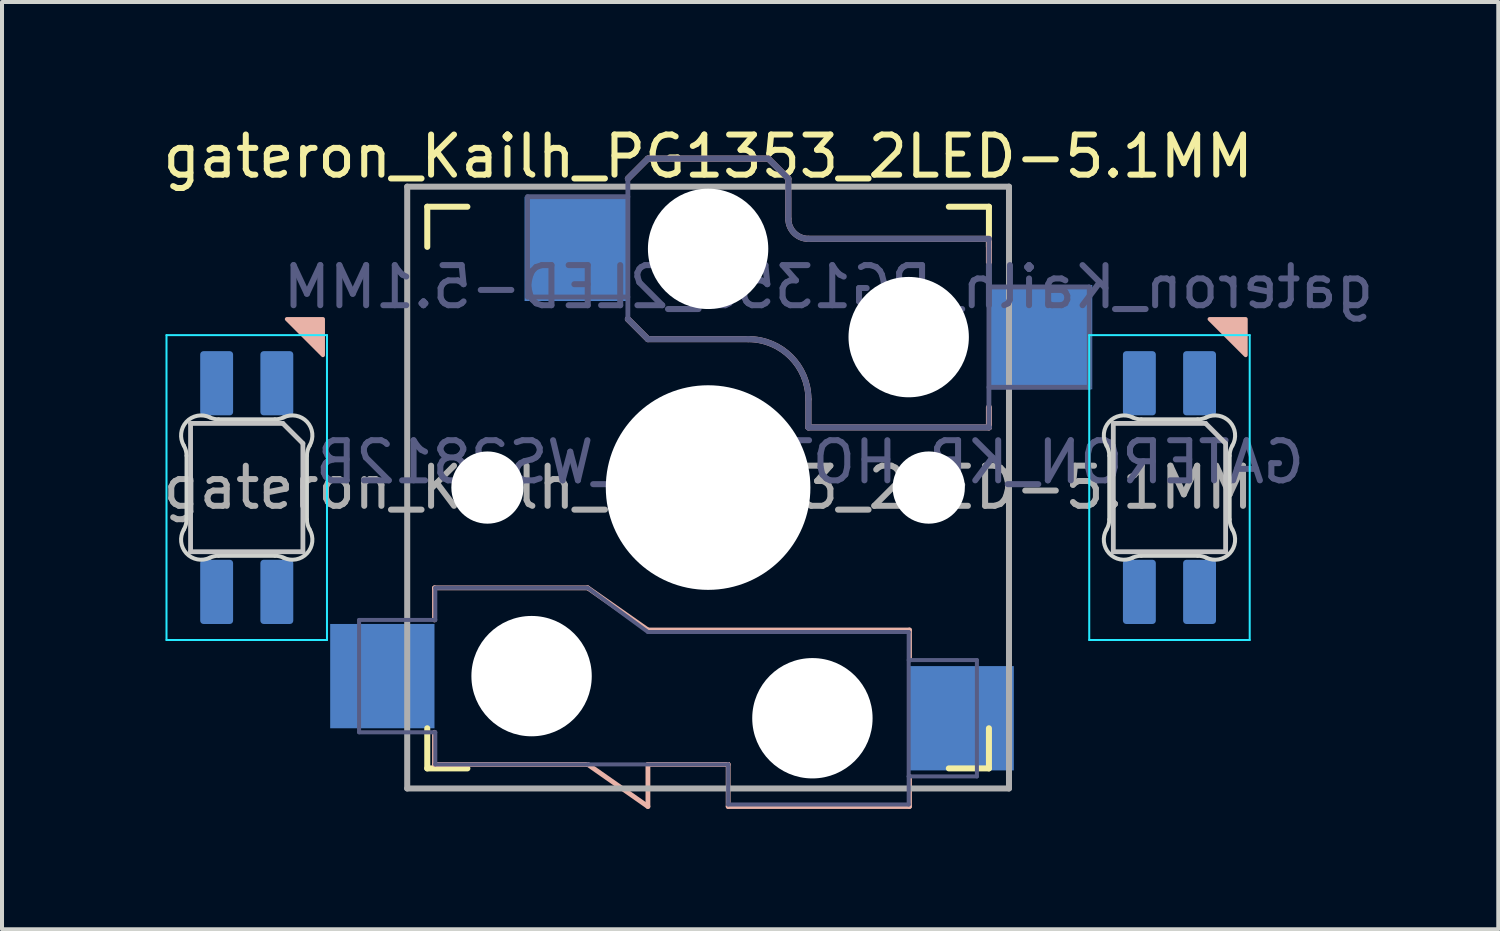
<source format=kicad_pcb>
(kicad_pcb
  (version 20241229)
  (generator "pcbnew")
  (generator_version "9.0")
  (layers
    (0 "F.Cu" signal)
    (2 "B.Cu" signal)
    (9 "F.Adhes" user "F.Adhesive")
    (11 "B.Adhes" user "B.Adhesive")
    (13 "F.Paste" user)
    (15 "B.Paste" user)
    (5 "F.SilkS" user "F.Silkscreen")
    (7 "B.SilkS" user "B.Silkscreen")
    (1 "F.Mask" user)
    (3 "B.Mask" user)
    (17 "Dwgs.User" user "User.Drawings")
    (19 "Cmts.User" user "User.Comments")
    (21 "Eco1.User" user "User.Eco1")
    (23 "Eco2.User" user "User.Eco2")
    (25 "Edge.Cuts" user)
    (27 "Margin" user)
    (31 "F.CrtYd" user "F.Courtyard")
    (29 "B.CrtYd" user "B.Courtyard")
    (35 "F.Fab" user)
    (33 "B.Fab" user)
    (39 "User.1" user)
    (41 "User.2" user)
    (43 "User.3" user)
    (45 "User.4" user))
  (footprint "gateron_Kailh_PG1353_2LED-5.1MM"
    (layer "F.Cu")
    (at 14.6 9.103)
    (property "Reference" "gateron_Kailh_PG1353_2LED-5.1MM" (at 0 -8.255 0) (layer "F.SilkS") (effects (font (size 1 1) (thickness 0.15))))
    (property "Value" "GATERON_KB_HOTSWAP_WS2812B" (at 0 8.25 0) (layer "F.Fab") (hide yes) (effects (font (size 1 1) (thickness 0.15))))
    (attr through_hole)
    (fp_line (start -7 -6) (end -7 -7) (stroke (width 0.15) (type solid)) (layer "F.SilkS"))
    (fp_line (start -7 7) (end -7 6) (stroke (width 0.15) (type solid)) (layer "F.SilkS"))
    (fp_line (start -7 7) (end -6 7) (stroke (width 0.15) (type solid)) (layer "F.SilkS"))
    (fp_line (start -6 -7) (end -7 -7) (stroke (width 0.15) (type solid)) (layer "F.SilkS"))
    (fp_line (start 6 7) (end 7 7) (stroke (width 0.15) (type solid)) (layer "F.SilkS"))
    (fp_line (start 7 -7) (end 6 -7) (stroke (width 0.15) (type solid)) (layer "F.SilkS"))
    (fp_line (start 7 -7) (end 7 -6) (stroke (width 0.15) (type solid)) (layer "F.SilkS"))
    (fp_line (start 7 6) (end 7 7) (stroke (width 0.15) (type solid)) (layer "F.SilkS"))
    (fp_line (start -6.82 2.5) (end -3 2.5) (stroke (width 0.12) (type default)) (layer "B.SilkS"))
    (fp_line (start -6.82 3.3) (end -6.82 2.5) (stroke (width 0.12) (type default)) (layer "B.SilkS"))
    (fp_line (start -6.82 6.9) (end -6.82 6.1) (stroke (width 0.12) (type default)) (layer "B.SilkS"))
    (fp_line (start -3 2.5) (end -1.5 3.55) (stroke (width 0.12) (type default)) (layer "B.SilkS"))
    (fp_line (start -3 6.9) (end -6.82 6.9) (stroke (width 0.12) (type default)) (layer "B.SilkS"))
    (fp_line (start -2 -7.7) (end -1.5 -8.2) (stroke (width 0.15) (type solid)) (layer "B.SilkS"))
    (fp_line (start -2 -4.2) (end -1.5 -3.7) (stroke (width 0.15) (type solid)) (layer "B.SilkS"))
    (fp_line (start -1.5 -8.2) (end 1.5 -8.2) (stroke (width 0.15) (type solid)) (layer "B.SilkS"))
    (fp_line (start -1.5 -3.7) (end 1 -3.7) (stroke (width 0.15) (type solid)) (layer "B.SilkS"))
    (fp_line (start -1.5 3.55) (end 5.02 3.55) (stroke (width 0.12) (type default)) (layer "B.SilkS"))
    (fp_line (start -1.5 6.9) (end -1.5 7.95) (stroke (width 0.12) (type default)) (layer "B.SilkS"))
    (fp_line (start -1.5 7.95) (end -3 6.9) (stroke (width 0.12) (type default)) (layer "B.SilkS"))
    (fp_line (start 0.5 6.9) (end -1.5 6.9) (stroke (width 0.12) (type default)) (layer "B.SilkS"))
    (fp_line (start 0.5 7.95) (end 0.5 6.9) (stroke (width 0.12) (type default)) (layer "B.SilkS"))
    (fp_line (start 1.5 -8.2) (end 2 -7.7) (stroke (width 0.15) (type solid)) (layer "B.SilkS"))
    (fp_line (start 2 -6.7) (end 2 -7.7) (stroke (width 0.15) (type solid)) (layer "B.SilkS"))
    (fp_line (start 2.5 -2.2) (end 2.5 -1.5) (stroke (width 0.15) (type solid)) (layer "B.SilkS"))
    (fp_line (start 2.5 -1.5) (end 7 -1.5) (stroke (width 0.15) (type solid)) (layer "B.SilkS"))
    (fp_line (start 5.02 3.55) (end 5.02 4.3) (stroke (width 0.12) (type default)) (layer "B.SilkS"))
    (fp_line (start 5.02 7.2) (end 5.02 7.95) (stroke (width 0.12) (type default)) (layer "B.SilkS"))
    (fp_line (start 5.02 7.95) (end 0.5 7.95) (stroke (width 0.12) (type default)) (layer "B.SilkS"))
    (fp_line (start 7 -6.2) (end 2.5 -6.2) (stroke (width 0.15) (type solid)) (layer "B.SilkS"))
    (fp_line (start 7 -5.6) (end 7 -6.2) (stroke (width 0.15) (type solid)) (layer "B.SilkS"))
    (fp_line (start 7 -1.5) (end 7 -2) (stroke (width 0.15) (type solid)) (layer "B.SilkS"))
    (fp_arc (start 1 -3.7) (mid 2.06066 -3.26066) (end 2.5 -2.2) (stroke (width 0.15) (type solid)) (layer "B.SilkS"))
    (fp_arc (start 2.5 -6.2) (mid 2.146447 -6.346447) (end 2 -6.7) (stroke (width 0.15) (type solid)) (layer "B.SilkS"))
    (fp_poly (pts (xy -10.5 -4.2) (xy -9.6 -3.3) (xy -9.6 -4.2)) (stroke (width 0.1) (type solid)) (fill yes) (layer "B.SilkS"))
    (fp_poly (pts (xy 12.5 -4.2) (xy 13.4 -3.3) (xy 13.4 -4.2)) (stroke (width 0.1) (type solid)) (fill yes) (layer "B.SilkS"))
    (fp_line (start -12.9 -1.6) (end -12.9 1.6) (stroke (width 0.12) (type solid)) (layer "Dwgs.User"))
    (fp_line (start -12.9 1.6) (end -10.1 1.6) (stroke (width 0.12) (type solid)) (layer "Dwgs.User"))
    (fp_line (start -10.6 -1.6) (end -12.9 -1.6) (stroke (width 0.12) (type solid)) (layer "Dwgs.User"))
    (fp_line (start -10.6 -1.6) (end -10.1 -1.1) (stroke (width 0.12) (type solid)) (layer "Dwgs.User"))
    (fp_line (start -10.1 1.6) (end -10.1 -1.1) (stroke (width 0.12) (type solid)) (layer "Dwgs.User"))
    (fp_line (start 10.1 -1.6) (end 10.1 1.6) (stroke (width 0.12) (type solid)) (layer "Dwgs.User"))
    (fp_line (start 10.1 1.6) (end 12.9 1.6) (stroke (width 0.12) (type solid)) (layer "Dwgs.User"))
    (fp_line (start 12.4 -1.6) (end 10.1 -1.6) (stroke (width 0.12) (type solid)) (layer "Dwgs.User"))
    (fp_line (start 12.4 -1.6) (end 12.9 -1.1) (stroke (width 0.12) (type solid)) (layer "Dwgs.User"))
    (fp_line (start 12.9 1.6) (end 12.9 -1.1) (stroke (width 0.12) (type solid)) (layer "Dwgs.User"))
    (fp_line (start -6.9 6.9) (end -6.9 -6.9) (stroke (width 0.15) (type solid)) (layer "Eco2.User"))
    (fp_line (start -6.9 6.9) (end 6.9 6.9) (stroke (width 0.15) (type solid)) (layer "Eco2.User"))
    (fp_line (start -2.6 -3.1) (end -2.6 -6.3) (stroke (width 0.15) (type solid)) (layer "Eco2.User"))
    (fp_line (start -2.6 -3.1) (end 2.6 -3.1) (stroke (width 0.15) (type solid)) (layer "Eco2.User"))
    (fp_line (start 2.6 -6.3) (end -2.6 -6.3) (stroke (width 0.15) (type solid)) (layer "Eco2.User"))
    (fp_line (start 2.6 -3.1) (end 2.6 -6.3) (stroke (width 0.15) (type solid)) (layer "Eco2.User"))
    (fp_line (start 6.9 -6.9) (end -6.9 -6.9) (stroke (width 0.15) (type solid)) (layer "Eco2.User"))
    (fp_line (start 6.9 -6.9) (end 6.9 6.9) (stroke (width 0.15) (type solid)) (layer "Eco2.User"))
    (fp_circle (center -11.5 0) (end -10.2 0) (stroke (width 0.2) (type default)) (fill no) (layer "Eco2.User"))
    (fp_circle (center -11.5 0) (end -8.5 0) (stroke (width 0.2) (type default)) (fill no) (layer "Eco2.User"))
    (fp_circle (center 11.5 0) (end 12.8 0) (stroke (width 0.2) (type default)) (fill no) (layer "Eco2.User"))
    (fp_circle (center 11.5 0) (end 14.5 0) (stroke (width 0.2) (type default)) (fill no) (layer "Eco2.User"))
    (fp_line (start -13 0.794) (end -13 -0.794) (stroke (width 0.1) (type solid)) (layer "Edge.Cuts"))
    (fp_line (start -12.203 -1.7) (end -10.797 -1.7) (stroke (width 0.1) (type solid)) (layer "Edge.Cuts"))
    (fp_line (start -10.797 1.7) (end -12.203 1.7) (stroke (width 0.1) (type solid)) (layer "Edge.Cuts"))
    (fp_line (start -10 -0.794) (end -10 0.794) (stroke (width 0.1) (type solid)) (layer "Edge.Cuts"))
    (fp_line (start 10 0.794) (end 10 -0.794) (stroke (width 0.1) (type solid)) (layer "Edge.Cuts"))
    (fp_line (start 10.797 -1.7) (end 12.203 -1.7) (stroke (width 0.1) (type solid)) (layer "Edge.Cuts"))
    (fp_line (start 12.203 1.7) (end 10.797 1.7) (stroke (width 0.1) (type solid)) (layer "Edge.Cuts"))
    (fp_line (start 13 -0.794) (end 13 0.794) (stroke (width 0.1) (type solid)) (layer "Edge.Cuts"))
    (fp_arc (start -13.068298 -1.046711) (mid -13.017371 -0.925124) (end -12.999999 -0.794453) (stroke (width 0.1) (type solid)) (layer "Edge.Cuts"))
    (fp_arc (start -13.068298 -1.046711) (mid -13.004038 -1.638074) (end -12.41972 -1.749484) (stroke (width 0.1) (type solid)) (layer "Edge.Cuts"))
    (fp_arc (start -13 0.794453) (mid -13.017371 0.925125) (end -13.068299 1.046711) (stroke (width 0.1) (type solid)) (layer "Edge.Cuts"))
    (fp_arc (start -12.41972 1.749484) (mid -13.00404 1.638075) (end -13.068299 1.046711) (stroke (width 0.1) (type solid)) (layer "Edge.Cuts"))
    (fp_arc (start -12.41972 1.749484) (mid -12.314072 1.712509) (end -12.202842 1.699999) (stroke (width 0.1) (type solid)) (layer "Edge.Cuts"))
    (fp_arc (start -12.202843 -1.699999) (mid -12.314068 -1.712527) (end -12.41972 -1.749484) (stroke (width 0.1) (type solid)) (layer "Edge.Cuts"))
    (fp_arc (start -10.797157 1.699999) (mid -10.68593 1.71252) (end -10.58028 1.749484) (stroke (width 0.1) (type solid)) (layer "Edge.Cuts"))
    (fp_arc (start -10.580281 -1.749484) (mid -9.995967 -1.63807) (end -9.931701 -1.046711) (stroke (width 0.1) (type solid)) (layer "Edge.Cuts"))
    (fp_arc (start -10.58028 -1.749484) (mid -10.685932 -1.712528) (end -10.797158 -1.699999) (stroke (width 0.1) (type solid)) (layer "Edge.Cuts"))
    (fp_arc (start -10 -0.794452) (mid -9.982615 -0.92512) (end -9.931701 -1.046711) (stroke (width 0.1) (type solid)) (layer "Edge.Cuts"))
    (fp_arc (start -9.931703 1.046711) (mid -9.995958 1.638078) (end -10.58028 1.749484) (stroke (width 0.1) (type solid)) (layer "Edge.Cuts"))
    (fp_arc (start -9.931701 1.04671) (mid -9.982623 0.925122) (end -10 0.794452) (stroke (width 0.1) (type solid)) (layer "Edge.Cuts"))
    (fp_arc (start 9.931702 -1.046711) (mid 9.982665 -0.925133) (end 10.000001 -0.794453) (stroke (width 0.1) (type solid)) (layer "Edge.Cuts"))
    (fp_arc (start 9.931702 -1.046711) (mid 9.995965 -1.638071) (end 10.58028 -1.749484) (stroke (width 0.1) (type solid)) (layer "Edge.Cuts"))
    (fp_arc (start 10 0.794453) (mid 9.982629 0.925124) (end 9.931701 1.046711) (stroke (width 0.1) (type solid)) (layer "Edge.Cuts"))
    (fp_arc (start 10.58028 1.749484) (mid 9.995979 1.638079) (end 9.931701 1.046711) (stroke (width 0.1) (type solid)) (layer "Edge.Cuts"))
    (fp_arc (start 10.58028 1.749484) (mid 10.685928 1.712509) (end 10.797158 1.699999) (stroke (width 0.1) (type solid)) (layer "Edge.Cuts"))
    (fp_arc (start 10.797157 -1.699999) (mid 10.685935 -1.712536) (end 10.58028 -1.749484) (stroke (width 0.1) (type solid)) (layer "Edge.Cuts"))
    (fp_arc (start 12.202843 1.699999) (mid 12.314071 1.71252) (end 12.41972 1.749484) (stroke (width 0.1) (type solid)) (layer "Edge.Cuts"))
    (fp_arc (start 12.419719 -1.749484) (mid 13.004021 -1.63808) (end 13.068299 -1.046711) (stroke (width 0.1) (type solid)) (layer "Edge.Cuts"))
    (fp_arc (start 12.41972 -1.749484) (mid 12.314066 -1.712534) (end 12.202842 -1.699999) (stroke (width 0.1) (type solid)) (layer "Edge.Cuts"))
    (fp_arc (start 13 -0.794452) (mid 13.017383 -0.925121) (end 13.068299 -1.046711) (stroke (width 0.1) (type solid)) (layer "Edge.Cuts"))
    (fp_arc (start 13.068297 1.046711) (mid 13.004042 1.638077) (end 12.41972 1.749484) (stroke (width 0.1) (type solid)) (layer "Edge.Cuts"))
    (fp_arc (start 13.068299 1.04671) (mid 13.017341 0.925133) (end 13 0.794452) (stroke (width 0.1) (type solid)) (layer "Edge.Cuts"))
    (fp_line (start -13.5 -3.8) (end -13.5 3.8) (stroke (width 0.05) (type solid)) (layer "B.CrtYd"))
    (fp_line (start -13.5 3.8) (end -9.5 3.8) (stroke (width 0.05) (type solid)) (layer "B.CrtYd"))
    (fp_line (start -9.5 -3.8) (end -13.5 -3.8) (stroke (width 0.05) (type solid)) (layer "B.CrtYd"))
    (fp_line (start -9.5 3.8) (end -9.5 -3.8) (stroke (width 0.05) (type solid)) (layer "B.CrtYd"))
    (fp_line (start 9.5 -3.8) (end 9.5 3.8) (stroke (width 0.05) (type solid)) (layer "B.CrtYd"))
    (fp_line (start 9.5 3.8) (end 13.5 3.8) (stroke (width 0.05) (type solid)) (layer "B.CrtYd"))
    (fp_line (start 13.5 -3.8) (end 9.5 -3.8) (stroke (width 0.05) (type solid)) (layer "B.CrtYd"))
    (fp_line (start 13.5 3.8) (end 13.5 -3.8) (stroke (width 0.05) (type solid)) (layer "B.CrtYd"))
    (fp_line (start -8.7 3.3) (end -8.7 6) (stroke (width 0.1) (type default)) (layer "B.Fab"))
    (fp_line (start -8.7 6) (end -8.7 6.1) (stroke (width 0.1) (type default)) (layer "B.Fab"))
    (fp_line (start -8.7 6.1) (end -6.8 6.1) (stroke (width 0.1) (type default)) (layer "B.Fab"))
    (fp_line (start -6.8 2.5) (end -6.8 3.3) (stroke (width 0.1) (type default)) (layer "B.Fab"))
    (fp_line (start -6.8 3.3) (end -8.7 3.3) (stroke (width 0.1) (type default)) (layer "B.Fab"))
    (fp_line (start -6.8 6.1) (end -6.8 6.9) (stroke (width 0.1) (type default)) (layer "B.Fab"))
    (fp_line (start -6.8 6.9) (end -3 6.9) (stroke (width 0.1) (type default)) (layer "B.Fab"))
    (fp_line (start -4.5 -7.25) (end -2 -7.25) (stroke (width 0.12) (type solid)) (layer "B.Fab"))
    (fp_line (start -4.5 -4.75) (end -4.5 -7.25) (stroke (width 0.12) (type solid)) (layer "B.Fab"))
    (fp_line (start -3 2.5) (end -6.8 2.5) (stroke (width 0.1) (type default)) (layer "B.Fab"))
    (fp_line (start -3 6.9) (end 0.5 6.9) (stroke (width 0.1) (type default)) (layer "B.Fab"))
    (fp_line (start -2 -7.7) (end -1.5 -8.2) (stroke (width 0.15) (type solid)) (layer "B.Fab"))
    (fp_line (start -2 -4.75) (end -4.5 -4.75) (stroke (width 0.12) (type solid)) (layer "B.Fab"))
    (fp_line (start -2 -4.25) (end -2 -7.7) (stroke (width 0.12) (type solid)) (layer "B.Fab"))
    (fp_line (start -2 -4.2) (end -1.5 -3.7) (stroke (width 0.15) (type solid)) (layer "B.Fab"))
    (fp_line (start -1.5 -8.2) (end 1.5 -8.2) (stroke (width 0.15) (type solid)) (layer "B.Fab"))
    (fp_line (start -1.5 -3.7) (end 1 -3.7) (stroke (width 0.15) (type solid)) (layer "B.Fab"))
    (fp_line (start -1.5 3.6) (end -3 2.5) (stroke (width 0.1) (type default)) (layer "B.Fab"))
    (fp_line (start 0.5 6.9) (end 0.5 7.9) (stroke (width 0.1) (type default)) (layer "B.Fab"))
    (fp_line (start 0.5 7.9) (end 5 7.9) (stroke (width 0.1) (type default)) (layer "B.Fab"))
    (fp_line (start 1.5 -8.2) (end 2 -7.7) (stroke (width 0.15) (type solid)) (layer "B.Fab"))
    (fp_line (start 2 -6.7) (end 2 -7.7) (stroke (width 0.15) (type solid)) (layer "B.Fab"))
    (fp_line (start 2.5 -2.2) (end 2.5 -1.5) (stroke (width 0.15) (type solid)) (layer "B.Fab"))
    (fp_line (start 2.5 -1.5) (end 7 -1.5) (stroke (width 0.15) (type solid)) (layer "B.Fab"))
    (fp_line (start 5 3.6) (end -1.5 3.6) (stroke (width 0.1) (type default)) (layer "B.Fab"))
    (fp_line (start 5 4.3) (end 6.7 4.3) (stroke (width 0.1) (type default)) (layer "B.Fab"))
    (fp_line (start 5 7.2) (end 5 3.6) (stroke (width 0.1) (type default)) (layer "B.Fab"))
    (fp_line (start 5 7.9) (end 5 7.2) (stroke (width 0.1) (type default)) (layer "B.Fab"))
    (fp_line (start 6.7 4.3) (end 6.7 7.2) (stroke (width 0.1) (type default)) (layer "B.Fab"))
    (fp_line (start 6.7 7.2) (end 5 7.2) (stroke (width 0.1) (type default)) (layer "B.Fab"))
    (fp_line (start 7 -6.2) (end 2.5 -6.2) (stroke (width 0.15) (type solid)) (layer "B.Fab"))
    (fp_line (start 7 -5) (end 9.5 -5) (stroke (width 0.12) (type solid)) (layer "B.Fab"))
    (fp_line (start 7 -1.5) (end 7 -6.2) (stroke (width 0.12) (type solid)) (layer "B.Fab"))
    (fp_line (start 9.5 -5) (end 9.5 -2.5) (stroke (width 0.12) (type solid)) (layer "B.Fab"))
    (fp_line (start 9.5 -2.5) (end 7 -2.5) (stroke (width 0.12) (type solid)) (layer "B.Fab"))
    (fp_arc (start 1 -3.7) (mid 2.06066 -3.26066) (end 2.5 -2.2) (stroke (width 0.15) (type solid)) (layer "B.Fab"))
    (fp_arc (start 2.5 -6.2) (mid 2.146447 -6.346447) (end 2 -6.7) (stroke (width 0.15) (type solid)) (layer "B.Fab"))
    (fp_line (start -7.5 -7.5) (end 7.5 -7.5) (stroke (width 0.15) (type solid)) (layer "F.Fab"))
    (fp_line (start -7.5 7.5) (end -7.5 -7.5) (stroke (width 0.15) (type solid)) (layer "F.Fab"))
    (fp_line (start 7.5 -7.5) (end 7.5 7.5) (stroke (width 0.15) (type solid)) (layer "F.Fab"))
    (fp_line (start 7.5 7.5) (end -7.5 7.5) (stroke (width 0.15) (type solid)) (layer "F.Fab"))
    (fp_text user "${REFERENCE}" (at 3 -5 0) (layer "B.Fab") (effects (font (size 1 1) (thickness 0.15)) (justify mirror)))
    (fp_text user "${VALUE}" (at 2.54 -0.635 0) (layer "B.Fab") (effects (font (size 1 1) (thickness 0.15)) (justify mirror)))
    (fp_text user "${REFERENCE}" (at 0 0 0) (layer "F.Fab") (effects (font (size 1 1) (thickness 0.15))))
    (pad "" np_thru_hole circle (at -5.5 0) (size 1.8 1.8) (drill 1.8) (layers "*.Cu" "*.Mask"))
    (pad "" np_thru_hole circle (at -4.4 4.7) (size 3 3) (drill 3) (layers "*.Cu" "*.Mask"))
    (pad "" np_thru_hole circle (at 0 -5.95) (size 3 3) (drill 3) (layers "*.Cu" "*.Mask"))
    (pad "" np_thru_hole circle (at 0 0) (size 5.1 5.1) (drill 5.1) (layers "*.Cu" "*.Mask"))
    (pad "" np_thru_hole circle (at 2.6 5.75) (size 3 3) (drill 3) (layers "*.Cu" "*.Mask"))
    (pad "" np_thru_hole circle (at 5 -3.75) (size 3 3) (drill 3) (layers "*.Cu" "*.Mask"))
    (pad "" np_thru_hole circle (at 5.5 0) (size 1.8 1.8) (drill 1.8) (layers "*.Cu" "*.Mask"))
    (pad "1" smd roundrect (at -12.25 2.6) (size 0.82 1.6) (layers "B.Cu" "B.Mask" "B.Paste") (roundrect_rratio 0.1))
    (pad "1a" smd roundrect (at 10.75 2.6) (size 0.82 1.6) (layers "B.Cu" "B.Mask" "B.Paste") (roundrect_rratio 0.1))
    (pad "2" smd roundrect (at -10.75 2.6) (size 0.82 1.6) (layers "B.Cu" "B.Mask" "B.Paste") (roundrect_rratio 0.1))
    (pad "2a" smd roundrect (at 12.25 2.6) (size 0.82 1.6) (layers "B.Cu" "B.Mask" "B.Paste") (roundrect_rratio 0.1))
    (pad "3" smd roundrect (at -10.75 -2.6) (size 0.82 1.6) (layers "B.Cu" "B.Mask" "B.Paste") (roundrect_rratio 0.1))
    (pad "3a" smd roundrect (at 12.25 -2.6) (size 0.82 1.6) (layers "B.Cu" "B.Mask" "B.Paste") (roundrect_rratio 0.1))
    (pad "4" smd roundrect (at -12.25 -2.6) (size 0.82 1.6) (layers "B.Cu" "B.Mask" "B.Paste") (roundrect_rratio 0.1))
    (pad "4a" smd roundrect (at 10.75 -2.6) (size 0.82 1.6) (layers "B.Cu" "B.Mask" "B.Paste") (roundrect_rratio 0.1))
    (pad "A" smd rect (at -8.12 4.7) (size 2.6 2.6) (layers "B.Cu" "B.Mask" "B.Paste"))
    (pad "A" smd rect (at -3.275 -5.95) (size 2.6 2.6) (layers "B.Cu" "B.Mask" "B.Paste"))
    (pad "B" smd rect (at 6.32 5.75) (size 2.6 2.6) (layers "B.Cu" "B.Mask" "B.Paste"))
    (pad "B" smd rect (at 8.275 -3.75) (size 2.6 2.6) (layers "B.Cu" "B.Mask" "B.Paste")))
  (gr_rect
    (start -3 -3)
    (end 34.296 20.113)
    (stroke (width 0.1) (type default))
    (fill no)
    (layer "Edge.Cuts")))
</source>
